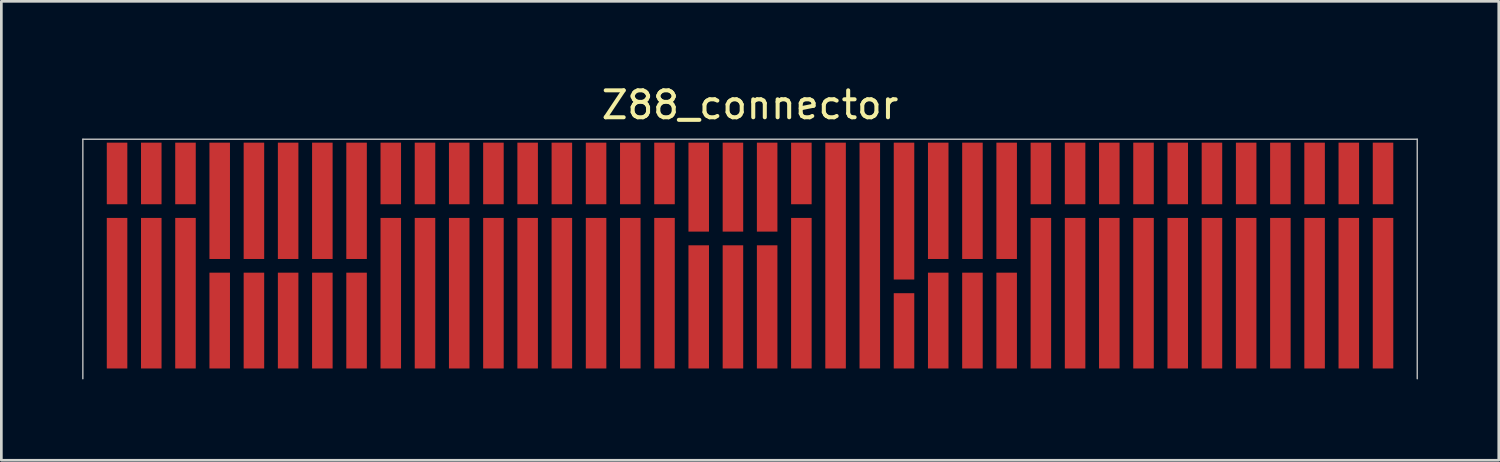
<source format=kicad_pcb>
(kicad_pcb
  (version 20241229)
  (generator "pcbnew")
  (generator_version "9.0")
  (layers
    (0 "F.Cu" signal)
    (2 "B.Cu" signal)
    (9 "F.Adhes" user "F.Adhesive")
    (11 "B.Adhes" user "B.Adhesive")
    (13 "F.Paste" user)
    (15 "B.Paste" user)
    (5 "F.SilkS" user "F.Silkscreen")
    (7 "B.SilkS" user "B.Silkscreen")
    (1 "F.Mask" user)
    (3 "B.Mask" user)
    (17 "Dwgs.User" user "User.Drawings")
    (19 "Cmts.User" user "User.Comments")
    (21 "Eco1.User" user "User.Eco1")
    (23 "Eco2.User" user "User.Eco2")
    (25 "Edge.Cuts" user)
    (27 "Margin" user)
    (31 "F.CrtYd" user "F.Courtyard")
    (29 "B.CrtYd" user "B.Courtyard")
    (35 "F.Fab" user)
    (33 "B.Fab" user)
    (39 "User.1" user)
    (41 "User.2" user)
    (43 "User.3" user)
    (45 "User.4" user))
  (footprint "Z88_connector"
    (layer "F.Cu")
    (at 1.295 3.388)
    (property "Reference" "Z88_connector" (at 23.495 -2.54 0) (layer "F.SilkS") (effects (font (size 1 1) (thickness 0.15))))
    (attr through_hole)
    (fp_line (start -1.27 -1.27) (end -1.27 7.62) (stroke (width 0.051) (type solid)) (layer "Dwgs.User"))
    (fp_line (start 48.26 -1.27) (end -1.27 -1.27) (stroke (width 0.051) (type solid)) (layer "Dwgs.User"))
    (fp_line (start 48.26 -1.27) (end 48.26 7.62) (stroke (width 0.051) (type solid)) (layer "Dwgs.User"))
    (pad "1" connect rect (at 46.99 4.445) (size 0.762 5.588) (layers "F.Cu" "F.Mask"))
    (pad "1n" connect rect (at 46.99 0) (size 0.762 2.286) (layers "F.Cu" "F.Mask"))
    (pad "2" connect rect (at 45.72 4.445) (size 0.762 5.588) (layers "F.Cu" "F.Mask"))
    (pad "2n" connect rect (at 45.72 0) (size 0.762 2.286) (layers "F.Cu" "F.Mask"))
    (pad "3" connect rect (at 44.45 4.445) (size 0.762 5.588) (layers "F.Cu" "F.Mask"))
    (pad "3n" connect rect (at 44.45 0) (size 0.762 2.286) (layers "F.Cu" "F.Mask"))
    (pad "4" connect rect (at 43.18 4.445) (size 0.762 5.588) (layers "F.Cu" "F.Mask"))
    (pad "4n" connect rect (at 43.18 0) (size 0.762 2.286) (layers "F.Cu" "F.Mask"))
    (pad "5" connect rect (at 41.91 4.445) (size 0.762 5.588) (layers "F.Cu" "F.Mask"))
    (pad "5n" connect rect (at 41.91 0) (size 0.762 2.286) (layers "F.Cu" "F.Mask"))
    (pad "6" connect rect (at 40.64 4.445) (size 0.762 5.588) (layers "F.Cu" "F.Mask"))
    (pad "6n" connect rect (at 40.64 0) (size 0.762 2.286) (layers "F.Cu" "F.Mask"))
    (pad "7" connect rect (at 39.37 4.445) (size 0.762 5.588) (layers "F.Cu" "F.Mask"))
    (pad "7n" connect rect (at 39.37 0) (size 0.762 2.286) (layers "F.Cu" "F.Mask"))
    (pad "8" connect rect (at 38.1 4.445) (size 0.762 5.588) (layers "F.Cu" "F.Mask"))
    (pad "8n" connect rect (at 38.1 0) (size 0.762 2.286) (layers "F.Cu" "F.Mask"))
    (pad "9" connect rect (at 36.83 4.445) (size 0.762 5.588) (layers "F.Cu" "F.Mask"))
    (pad "9n" connect rect (at 36.83 0) (size 0.762 2.286) (layers "F.Cu" "F.Mask"))
    (pad "10" connect rect (at 35.56 4.445) (size 0.762 5.588) (layers "F.Cu" "F.Mask"))
    (pad "10n" connect rect (at 35.56 0) (size 0.762 2.286) (layers "F.Cu" "F.Mask"))
    (pad "11" connect rect (at 34.29 4.445) (size 0.762 5.588) (layers "F.Cu" "F.Mask"))
    (pad "11n" connect rect (at 34.29 0) (size 0.762 2.286) (layers "F.Cu" "F.Mask"))
    (pad "12" connect rect (at 33.02 5.461) (size 0.762 3.556) (layers "F.Cu" "F.Mask"))
    (pad "12n" connect rect (at 33.02 1.016) (size 0.762 4.318) (layers "F.Cu" "F.Mask"))
    (pad "13" connect rect (at 31.75 5.461) (size 0.762 3.556) (layers "F.Cu" "F.Mask"))
    (pad "13n" connect rect (at 31.75 1.016) (size 0.762 4.318) (layers "F.Cu" "F.Mask"))
    (pad "14" connect rect (at 30.48 5.461) (size 0.762 3.556) (layers "F.Cu" "F.Mask"))
    (pad "14n" connect rect (at 30.48 1.016) (size 0.762 4.318) (layers "F.Cu" "F.Mask"))
    (pad "15" connect rect (at 29.21 5.842) (size 0.762 2.794) (layers "F.Cu" "F.Mask"))
    (pad "15n" connect rect (at 29.21 1.397) (size 0.762 5.08) (layers "F.Cu" "F.Mask"))
    (pad "16" connect rect (at 27.94 3.048) (size 0.762 8.382) (layers "F.Cu" "F.Mask"))
    (pad "17" connect rect (at 26.67 3.048) (size 0.762 8.382) (layers "F.Cu" "F.Mask"))
    (pad "18" connect rect (at 25.4 4.445) (size 0.762 5.588) (layers "F.Cu" "F.Mask"))
    (pad "18n" connect rect (at 25.4 0) (size 0.762 2.286) (layers "F.Cu" "F.Mask"))
    (pad "19" connect rect (at 24.13 4.953) (size 0.762 4.572) (layers "F.Cu" "F.Mask"))
    (pad "19n" connect rect (at 24.13 0.508) (size 0.762 3.302) (layers "F.Cu" "F.Mask"))
    (pad "20" connect rect (at 22.86 4.953) (size 0.762 4.572) (layers "F.Cu" "F.Mask"))
    (pad "20n" connect rect (at 22.86 0.508) (size 0.762 3.302) (layers "F.Cu" "F.Mask"))
    (pad "21" connect rect (at 21.59 4.953) (size 0.762 4.572) (layers "F.Cu" "F.Mask"))
    (pad "21n" connect rect (at 21.59 0.508) (size 0.762 3.302) (layers "F.Cu" "F.Mask"))
    (pad "22" connect rect (at 20.32 4.445) (size 0.762 5.588) (layers "F.Cu" "F.Mask"))
    (pad "22n" connect rect (at 20.32 0) (size 0.762 2.286) (layers "F.Cu" "F.Mask"))
    (pad "23" connect rect (at 19.05 4.445) (size 0.762 5.588) (layers "F.Cu" "F.Mask"))
    (pad "23n" connect rect (at 19.05 0) (size 0.762 2.286) (layers "F.Cu" "F.Mask"))
    (pad "24" connect rect (at 17.78 4.445) (size 0.762 5.588) (layers "F.Cu" "F.Mask"))
    (pad "24n" connect rect (at 17.78 0) (size 0.762 2.286) (layers "F.Cu" "F.Mask"))
    (pad "25" connect rect (at 16.51 4.445) (size 0.762 5.588) (layers "F.Cu" "F.Mask"))
    (pad "25n" connect rect (at 16.51 0) (size 0.762 2.286) (layers "F.Cu" "F.Mask"))
    (pad "26" connect rect (at 15.24 4.445) (size 0.762 5.588) (layers "F.Cu" "F.Mask"))
    (pad "26n" connect rect (at 15.24 0) (size 0.762 2.286) (layers "F.Cu" "F.Mask"))
    (pad "27" connect rect (at 13.97 4.445) (size 0.762 5.588) (layers "F.Cu" "F.Mask"))
    (pad "27n" connect rect (at 13.97 0) (size 0.762 2.286) (layers "F.Cu" "F.Mask"))
    (pad "28" connect rect (at 12.7 4.445) (size 0.762 5.588) (layers "F.Cu" "F.Mask"))
    (pad "28n" connect rect (at 12.7 0) (size 0.762 2.286) (layers "F.Cu" "F.Mask"))
    (pad "29" connect rect (at 11.43 4.445) (size 0.762 5.588) (layers "F.Cu" "F.Mask"))
    (pad "29n" connect rect (at 11.43 0) (size 0.762 2.286) (layers "F.Cu" "F.Mask"))
    (pad "30" connect rect (at 10.16 4.445) (size 0.762 5.588) (layers "F.Cu" "F.Mask"))
    (pad "30n" connect rect (at 10.16 0) (size 0.762 2.286) (layers "F.Cu" "F.Mask"))
    (pad "31" connect rect (at 8.89 5.461) (size 0.762 3.556) (layers "F.Cu" "F.Mask"))
    (pad "31n" connect rect (at 8.89 1.016) (size 0.762 4.318) (layers "F.Cu" "F.Mask"))
    (pad "32" connect rect (at 7.62 5.461) (size 0.762 3.556) (layers "F.Cu" "F.Mask"))
    (pad "32n" connect rect (at 7.62 1.016) (size 0.762 4.318) (layers "F.Cu" "F.Mask"))
    (pad "33" connect rect (at 6.35 5.461) (size 0.762 3.556) (layers "F.Cu" "F.Mask"))
    (pad "33n" connect rect (at 6.35 1.016) (size 0.762 4.318) (layers "F.Cu" "F.Mask"))
    (pad "34" connect rect (at 5.08 5.461) (size 0.762 3.556) (layers "F.Cu" "F.Mask"))
    (pad "34n" connect rect (at 5.08 1.016) (size 0.762 4.318) (layers "F.Cu" "F.Mask"))
    (pad "35" connect rect (at 3.81 5.461) (size 0.762 3.556) (layers "F.Cu" "F.Mask"))
    (pad "35n" connect rect (at 3.81 1.016) (size 0.762 4.318) (layers "F.Cu" "F.Mask"))
    (pad "36" connect rect (at 2.54 4.445) (size 0.762 5.588) (layers "F.Cu" "F.Mask"))
    (pad "36n" connect rect (at 2.54 0) (size 0.762 2.286) (layers "F.Cu" "F.Mask"))
    (pad "37" connect rect (at 1.27 4.445) (size 0.762 5.588) (layers "F.Cu" "F.Mask"))
    (pad "37n" connect rect (at 1.27 0) (size 0.762 2.286) (layers "F.Cu" "F.Mask"))
    (pad "38" connect rect (at 0 4.445) (size 0.762 5.588) (layers "F.Cu" "F.Mask"))
    (pad "38n" connect rect (at 0 0) (size 0.762 2.286) (layers "F.Cu" "F.Mask")))
  (gr_rect
    (start -3 -3)
    (end 52.581 14.034)
    (stroke (width 0.1) (type default))
    (fill no)
    (layer "Edge.Cuts")))
</source>
